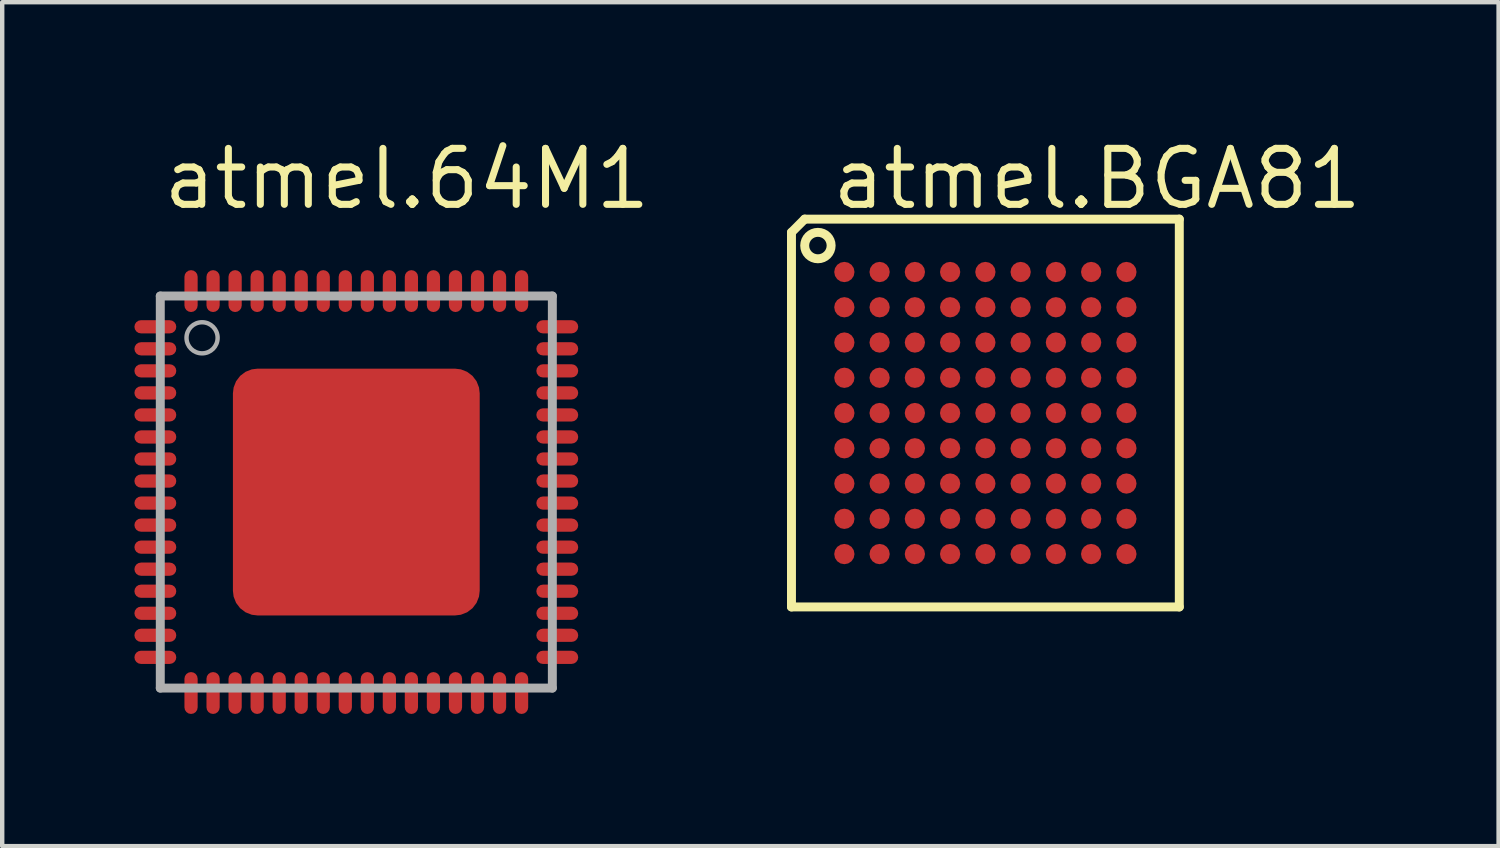
<source format=kicad_pcb>
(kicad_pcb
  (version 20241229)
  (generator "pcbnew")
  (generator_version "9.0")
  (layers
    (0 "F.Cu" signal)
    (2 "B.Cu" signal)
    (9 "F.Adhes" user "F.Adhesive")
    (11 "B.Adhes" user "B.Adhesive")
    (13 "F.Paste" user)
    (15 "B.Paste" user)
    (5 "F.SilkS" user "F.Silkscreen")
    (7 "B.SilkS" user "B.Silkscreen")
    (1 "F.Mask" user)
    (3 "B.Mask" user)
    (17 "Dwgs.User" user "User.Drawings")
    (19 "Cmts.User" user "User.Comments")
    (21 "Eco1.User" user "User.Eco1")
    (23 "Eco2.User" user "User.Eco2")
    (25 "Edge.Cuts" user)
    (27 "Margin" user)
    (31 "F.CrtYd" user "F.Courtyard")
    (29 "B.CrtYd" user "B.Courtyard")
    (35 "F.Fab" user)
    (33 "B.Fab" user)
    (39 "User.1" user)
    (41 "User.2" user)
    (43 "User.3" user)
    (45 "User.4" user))
  (footprint "atmel.64M1"
    (layer "F.Cu")
    (at 5.035 8.115)
    (property "Reference" "atmel.64M1" (at -4.46 -6.365 0) (layer "F.SilkS") (effects (font (size 1.27 1.27) (thickness 0.16)) (justify left bottom)))
    (attr smd)
    (fp_line (start -4.448 -4.448) (end -4.448 4.448) (stroke (width 0.203) (type default)) (layer "F.Fab"))
    (fp_line (start -4.448 4.448) (end 4.448 4.448) (stroke (width 0.203) (type default)) (layer "F.Fab"))
    (fp_line (start 4.448 -4.448) (end -4.448 -4.448) (stroke (width 0.203) (type default)) (layer "F.Fab"))
    (fp_line (start 4.448 4.448) (end 4.448 -4.448) (stroke (width 0.203) (type default)) (layer "F.Fab"))
    (fp_circle (center -3.5 -3.5) (end -3.147 -3.5) (stroke (width 0.1) (type default)) (fill no) (layer "F.Fab"))
    (pad "1" smd roundrect (at -4.56 -3.75) (size 0.95 0.3) (layers "F.Cu" "F.Mask" "F.Paste") (roundrect_rratio 0.5))
    (pad "2" smd roundrect (at -4.56 -3.25) (size 0.95 0.3) (layers "F.Cu" "F.Mask" "F.Paste") (roundrect_rratio 0.5))
    (pad "3" smd roundrect (at -4.56 -2.75) (size 0.95 0.3) (layers "F.Cu" "F.Mask" "F.Paste") (roundrect_rratio 0.5))
    (pad "4" smd roundrect (at -4.56 -2.25) (size 0.95 0.3) (layers "F.Cu" "F.Mask" "F.Paste") (roundrect_rratio 0.5))
    (pad "5" smd roundrect (at -4.56 -1.75) (size 0.95 0.3) (layers "F.Cu" "F.Mask" "F.Paste") (roundrect_rratio 0.5))
    (pad "6" smd roundrect (at -4.56 -1.25) (size 0.95 0.3) (layers "F.Cu" "F.Mask" "F.Paste") (roundrect_rratio 0.5))
    (pad "7" smd roundrect (at -4.56 -0.75) (size 0.95 0.3) (layers "F.Cu" "F.Mask" "F.Paste") (roundrect_rratio 0.5))
    (pad "8" smd roundrect (at -4.56 -0.25) (size 0.95 0.3) (layers "F.Cu" "F.Mask" "F.Paste") (roundrect_rratio 0.5))
    (pad "9" smd roundrect (at -4.56 0.25) (size 0.95 0.3) (layers "F.Cu" "F.Mask" "F.Paste") (roundrect_rratio 0.5))
    (pad "10" smd roundrect (at -4.56 0.75) (size 0.95 0.3) (layers "F.Cu" "F.Mask" "F.Paste") (roundrect_rratio 0.5))
    (pad "11" smd roundrect (at -4.56 1.25) (size 0.95 0.3) (layers "F.Cu" "F.Mask" "F.Paste") (roundrect_rratio 0.5))
    (pad "12" smd roundrect (at -4.56 1.75) (size 0.95 0.3) (layers "F.Cu" "F.Mask" "F.Paste") (roundrect_rratio 0.5))
    (pad "13" smd roundrect (at -4.56 2.25) (size 0.95 0.3) (layers "F.Cu" "F.Mask" "F.Paste") (roundrect_rratio 0.5))
    (pad "14" smd roundrect (at -4.56 2.75) (size 0.95 0.3) (layers "F.Cu" "F.Mask" "F.Paste") (roundrect_rratio 0.5))
    (pad "15" smd roundrect (at -4.56 3.25) (size 0.95 0.3) (layers "F.Cu" "F.Mask" "F.Paste") (roundrect_rratio 0.5))
    (pad "16" smd roundrect (at -4.56 3.75) (size 0.95 0.3) (layers "F.Cu" "F.Mask" "F.Paste") (roundrect_rratio 0.5))
    (pad "17" smd roundrect (at -3.75 4.56) (size 0.3 0.95) (layers "F.Cu" "F.Mask" "F.Paste") (roundrect_rratio 0.5))
    (pad "18" smd roundrect (at -3.25 4.56) (size 0.3 0.95) (layers "F.Cu" "F.Mask" "F.Paste") (roundrect_rratio 0.5))
    (pad "19" smd roundrect (at -2.75 4.56) (size 0.3 0.95) (layers "F.Cu" "F.Mask" "F.Paste") (roundrect_rratio 0.5))
    (pad "20" smd roundrect (at -2.25 4.56) (size 0.3 0.95) (layers "F.Cu" "F.Mask" "F.Paste") (roundrect_rratio 0.5))
    (pad "21" smd roundrect (at -1.75 4.56) (size 0.3 0.95) (layers "F.Cu" "F.Mask" "F.Paste") (roundrect_rratio 0.5))
    (pad "22" smd roundrect (at -1.25 4.56) (size 0.3 0.95) (layers "F.Cu" "F.Mask" "F.Paste") (roundrect_rratio 0.5))
    (pad "23" smd roundrect (at -0.75 4.56) (size 0.3 0.95) (layers "F.Cu" "F.Mask" "F.Paste") (roundrect_rratio 0.5))
    (pad "24" smd roundrect (at -0.25 4.56) (size 0.3 0.95) (layers "F.Cu" "F.Mask" "F.Paste") (roundrect_rratio 0.5))
    (pad "25" smd roundrect (at 0.25 4.56) (size 0.3 0.95) (layers "F.Cu" "F.Mask" "F.Paste") (roundrect_rratio 0.5))
    (pad "26" smd roundrect (at 0.75 4.56) (size 0.3 0.95) (layers "F.Cu" "F.Mask" "F.Paste") (roundrect_rratio 0.5))
    (pad "27" smd roundrect (at 1.25 4.56) (size 0.3 0.95) (layers "F.Cu" "F.Mask" "F.Paste") (roundrect_rratio 0.5))
    (pad "28" smd roundrect (at 1.75 4.56) (size 0.3 0.95) (layers "F.Cu" "F.Mask" "F.Paste") (roundrect_rratio 0.5))
    (pad "29" smd roundrect (at 2.25 4.56) (size 0.3 0.95) (layers "F.Cu" "F.Mask" "F.Paste") (roundrect_rratio 0.5))
    (pad "30" smd roundrect (at 2.75 4.56) (size 0.3 0.95) (layers "F.Cu" "F.Mask" "F.Paste") (roundrect_rratio 0.5))
    (pad "31" smd roundrect (at 3.25 4.56) (size 0.3 0.95) (layers "F.Cu" "F.Mask" "F.Paste") (roundrect_rratio 0.5))
    (pad "32" smd roundrect (at 3.75 4.56) (size 0.3 0.95) (layers "F.Cu" "F.Mask" "F.Paste") (roundrect_rratio 0.5))
    (pad "33" smd roundrect (at 4.56 3.75) (size 0.95 0.3) (layers "F.Cu" "F.Mask" "F.Paste") (roundrect_rratio 0.5))
    (pad "34" smd roundrect (at 4.56 3.25) (size 0.95 0.3) (layers "F.Cu" "F.Mask" "F.Paste") (roundrect_rratio 0.5))
    (pad "35" smd roundrect (at 4.56 2.75) (size 0.95 0.3) (layers "F.Cu" "F.Mask" "F.Paste") (roundrect_rratio 0.5))
    (pad "36" smd roundrect (at 4.56 2.25) (size 0.95 0.3) (layers "F.Cu" "F.Mask" "F.Paste") (roundrect_rratio 0.5))
    (pad "37" smd roundrect (at 4.56 1.75) (size 0.95 0.3) (layers "F.Cu" "F.Mask" "F.Paste") (roundrect_rratio 0.5))
    (pad "38" smd roundrect (at 4.56 1.25) (size 0.95 0.3) (layers "F.Cu" "F.Mask" "F.Paste") (roundrect_rratio 0.5))
    (pad "39" smd roundrect (at 4.56 0.75) (size 0.95 0.3) (layers "F.Cu" "F.Mask" "F.Paste") (roundrect_rratio 0.5))
    (pad "40" smd roundrect (at 4.56 0.25) (size 0.95 0.3) (layers "F.Cu" "F.Mask" "F.Paste") (roundrect_rratio 0.5))
    (pad "41" smd roundrect (at 4.56 -0.25) (size 0.95 0.3) (layers "F.Cu" "F.Mask" "F.Paste") (roundrect_rratio 0.5))
    (pad "42" smd roundrect (at 4.56 -0.75) (size 0.95 0.3) (layers "F.Cu" "F.Mask" "F.Paste") (roundrect_rratio 0.5))
    (pad "43" smd roundrect (at 4.56 -1.25) (size 0.95 0.3) (layers "F.Cu" "F.Mask" "F.Paste") (roundrect_rratio 0.5))
    (pad "44" smd roundrect (at 4.56 -1.75) (size 0.95 0.3) (layers "F.Cu" "F.Mask" "F.Paste") (roundrect_rratio 0.5))
    (pad "45" smd roundrect (at 4.56 -2.25) (size 0.95 0.3) (layers "F.Cu" "F.Mask" "F.Paste") (roundrect_rratio 0.5))
    (pad "46" smd roundrect (at 4.56 -2.75) (size 0.95 0.3) (layers "F.Cu" "F.Mask" "F.Paste") (roundrect_rratio 0.5))
    (pad "47" smd roundrect (at 4.56 -3.25) (size 0.95 0.3) (layers "F.Cu" "F.Mask" "F.Paste") (roundrect_rratio 0.5))
    (pad "48" smd roundrect (at 4.56 -3.75) (size 0.95 0.3) (layers "F.Cu" "F.Mask" "F.Paste") (roundrect_rratio 0.5))
    (pad "49" smd roundrect (at 3.75 -4.56) (size 0.3 0.95) (layers "F.Cu" "F.Mask" "F.Paste") (roundrect_rratio 0.5))
    (pad "50" smd roundrect (at 3.25 -4.56) (size 0.3 0.95) (layers "F.Cu" "F.Mask" "F.Paste") (roundrect_rratio 0.5))
    (pad "51" smd roundrect (at 2.75 -4.56) (size 0.3 0.95) (layers "F.Cu" "F.Mask" "F.Paste") (roundrect_rratio 0.5))
    (pad "52" smd roundrect (at 2.25 -4.56) (size 0.3 0.95) (layers "F.Cu" "F.Mask" "F.Paste") (roundrect_rratio 0.5))
    (pad "53" smd roundrect (at 1.75 -4.56) (size 0.3 0.95) (layers "F.Cu" "F.Mask" "F.Paste") (roundrect_rratio 0.5))
    (pad "54" smd roundrect (at 1.25 -4.56) (size 0.3 0.95) (layers "F.Cu" "F.Mask" "F.Paste") (roundrect_rratio 0.5))
    (pad "55" smd roundrect (at 0.75 -4.56) (size 0.3 0.95) (layers "F.Cu" "F.Mask" "F.Paste") (roundrect_rratio 0.5))
    (pad "56" smd roundrect (at 0.25 -4.56) (size 0.3 0.95) (layers "F.Cu" "F.Mask" "F.Paste") (roundrect_rratio 0.5))
    (pad "57" smd roundrect (at -0.25 -4.56) (size 0.3 0.95) (layers "F.Cu" "F.Mask" "F.Paste") (roundrect_rratio 0.5))
    (pad "58" smd roundrect (at -0.75 -4.56) (size 0.3 0.95) (layers "F.Cu" "F.Mask" "F.Paste") (roundrect_rratio 0.5))
    (pad "59" smd roundrect (at -1.25 -4.56) (size 0.3 0.95) (layers "F.Cu" "F.Mask" "F.Paste") (roundrect_rratio 0.5))
    (pad "60" smd roundrect (at -1.75 -4.56) (size 0.3 0.95) (layers "F.Cu" "F.Mask" "F.Paste") (roundrect_rratio 0.5))
    (pad "61" smd roundrect (at -2.25 -4.56) (size 0.3 0.95) (layers "F.Cu" "F.Mask" "F.Paste") (roundrect_rratio 0.5))
    (pad "62" smd roundrect (at -2.75 -4.56) (size 0.3 0.95) (layers "F.Cu" "F.Mask" "F.Paste") (roundrect_rratio 0.5))
    (pad "63" smd roundrect (at -3.25 -4.56) (size 0.3 0.95) (layers "F.Cu" "F.Mask" "F.Paste") (roundrect_rratio 0.5))
    (pad "64" smd roundrect (at -3.75 -4.56) (size 0.3 0.95) (layers "F.Cu" "F.Mask" "F.Paste") (roundrect_rratio 0.5))
    (pad "EXP" smd roundrect (at 0 0) (size 5.6 5.6) (layers "F.Cu" "F.Mask" "F.Paste") (roundrect_rratio 0.1)))
  (footprint "atmel.BGA81"
    (layer "F.Cu")
    (at 19.309 6.322)
    (property "Reference" "atmel.BGA81" (at -3.556 -4.572 0) (layer "F.SilkS") (effects (font (size 1.27 1.27) (thickness 0.16)) (justify left bottom)))
    (attr smd)
    (fp_line (start -4.4 -4.1) (end -4.1 -4.4) (stroke (width 0.203) (type default)) (layer "F.SilkS"))
    (fp_line (start -4.4 4.4) (end -4.4 -4.1) (stroke (width 0.203) (type default)) (layer "F.SilkS"))
    (fp_line (start -4.1 -4.4) (end 4.4 -4.4) (stroke (width 0.203) (type default)) (layer "F.SilkS"))
    (fp_line (start 4.4 -4.4) (end 4.4 4.4) (stroke (width 0.203) (type default)) (layer "F.SilkS"))
    (fp_line (start 4.4 4.4) (end -4.4 4.4) (stroke (width 0.203) (type default)) (layer "F.SilkS"))
    (fp_circle (center -3.8 -3.8) (end -3.5 -3.8) (stroke (width 0.203) (type default)) (fill no) (layer "F.SilkS"))
    (pad "A1" smd roundrect (at -3.2 -3.2) (size 0.46 0.46) (layers "F.Cu" "F.Mask" "F.Paste") (roundrect_rratio 0.5))
    (pad "A2" smd roundrect (at -2.4 -3.2) (size 0.46 0.46) (layers "F.Cu" "F.Mask" "F.Paste") (roundrect_rratio 0.5))
    (pad "A3" smd roundrect (at -1.6 -3.2) (size 0.46 0.46) (layers "F.Cu" "F.Mask" "F.Paste") (roundrect_rratio 0.5))
    (pad "A4" smd roundrect (at -0.8 -3.2) (size 0.46 0.46) (layers "F.Cu" "F.Mask" "F.Paste") (roundrect_rratio 0.5))
    (pad "A5" smd roundrect (at 0 -3.2) (size 0.46 0.46) (layers "F.Cu" "F.Mask" "F.Paste") (roundrect_rratio 0.5))
    (pad "A6" smd roundrect (at 0.8 -3.2) (size 0.46 0.46) (layers "F.Cu" "F.Mask" "F.Paste") (roundrect_rratio 0.5))
    (pad "A7" smd roundrect (at 1.6 -3.2) (size 0.46 0.46) (layers "F.Cu" "F.Mask" "F.Paste") (roundrect_rratio 0.5))
    (pad "A8" smd roundrect (at 2.4 -3.2) (size 0.46 0.46) (layers "F.Cu" "F.Mask" "F.Paste") (roundrect_rratio 0.5))
    (pad "A9" smd roundrect (at 3.2 -3.2) (size 0.46 0.46) (layers "F.Cu" "F.Mask" "F.Paste") (roundrect_rratio 0.5))
    (pad "B1" smd roundrect (at -3.2 -2.4) (size 0.46 0.46) (layers "F.Cu" "F.Mask" "F.Paste") (roundrect_rratio 0.5))
    (pad "B2" smd roundrect (at -2.4 -2.4) (size 0.46 0.46) (layers "F.Cu" "F.Mask" "F.Paste") (roundrect_rratio 0.5))
    (pad "B3" smd roundrect (at -1.6 -2.4) (size 0.46 0.46) (layers "F.Cu" "F.Mask" "F.Paste") (roundrect_rratio 0.5))
    (pad "B4" smd roundrect (at -0.8 -2.4) (size 0.46 0.46) (layers "F.Cu" "F.Mask" "F.Paste") (roundrect_rratio 0.5))
    (pad "B5" smd roundrect (at 0 -2.4) (size 0.46 0.46) (layers "F.Cu" "F.Mask" "F.Paste") (roundrect_rratio 0.5))
    (pad "B6" smd roundrect (at 0.8 -2.4) (size 0.46 0.46) (layers "F.Cu" "F.Mask" "F.Paste") (roundrect_rratio 0.5))
    (pad "B7" smd roundrect (at 1.6 -2.4) (size 0.46 0.46) (layers "F.Cu" "F.Mask" "F.Paste") (roundrect_rratio 0.5))
    (pad "B8" smd roundrect (at 2.4 -2.4) (size 0.46 0.46) (layers "F.Cu" "F.Mask" "F.Paste") (roundrect_rratio 0.5))
    (pad "B9" smd roundrect (at 3.2 -2.4) (size 0.46 0.46) (layers "F.Cu" "F.Mask" "F.Paste") (roundrect_rratio 0.5))
    (pad "C1" smd roundrect (at -3.2 -1.6) (size 0.46 0.46) (layers "F.Cu" "F.Mask" "F.Paste") (roundrect_rratio 0.5))
    (pad "C2" smd roundrect (at -2.4 -1.6) (size 0.46 0.46) (layers "F.Cu" "F.Mask" "F.Paste") (roundrect_rratio 0.5))
    (pad "C3" smd roundrect (at -1.6 -1.6) (size 0.46 0.46) (layers "F.Cu" "F.Mask" "F.Paste") (roundrect_rratio 0.5))
    (pad "C4" smd roundrect (at -0.8 -1.6) (size 0.46 0.46) (layers "F.Cu" "F.Mask" "F.Paste") (roundrect_rratio 0.5))
    (pad "C5" smd roundrect (at 0 -1.6) (size 0.46 0.46) (layers "F.Cu" "F.Mask" "F.Paste") (roundrect_rratio 0.5))
    (pad "C6" smd roundrect (at 0.8 -1.6) (size 0.46 0.46) (layers "F.Cu" "F.Mask" "F.Paste") (roundrect_rratio 0.5))
    (pad "C7" smd roundrect (at 1.6 -1.6) (size 0.46 0.46) (layers "F.Cu" "F.Mask" "F.Paste") (roundrect_rratio 0.5))
    (pad "C8" smd roundrect (at 2.4 -1.6) (size 0.46 0.46) (layers "F.Cu" "F.Mask" "F.Paste") (roundrect_rratio 0.5))
    (pad "C9" smd roundrect (at 3.2 -1.6) (size 0.46 0.46) (layers "F.Cu" "F.Mask" "F.Paste") (roundrect_rratio 0.5))
    (pad "D1" smd roundrect (at -3.2 -0.8) (size 0.46 0.46) (layers "F.Cu" "F.Mask" "F.Paste") (roundrect_rratio 0.5))
    (pad "D2" smd roundrect (at -2.4 -0.8) (size 0.46 0.46) (layers "F.Cu" "F.Mask" "F.Paste") (roundrect_rratio 0.5))
    (pad "D3" smd roundrect (at -1.6 -0.8) (size 0.46 0.46) (layers "F.Cu" "F.Mask" "F.Paste") (roundrect_rratio 0.5))
    (pad "D4" smd roundrect (at -0.8 -0.8) (size 0.46 0.46) (layers "F.Cu" "F.Mask" "F.Paste") (roundrect_rratio 0.5))
    (pad "D5" smd roundrect (at 0 -0.8) (size 0.46 0.46) (layers "F.Cu" "F.Mask" "F.Paste") (roundrect_rratio 0.5))
    (pad "D6" smd roundrect (at 0.8 -0.8) (size 0.46 0.46) (layers "F.Cu" "F.Mask" "F.Paste") (roundrect_rratio 0.5))
    (pad "D7" smd roundrect (at 1.6 -0.8) (size 0.46 0.46) (layers "F.Cu" "F.Mask" "F.Paste") (roundrect_rratio 0.5))
    (pad "D8" smd roundrect (at 2.4 -0.8) (size 0.46 0.46) (layers "F.Cu" "F.Mask" "F.Paste") (roundrect_rratio 0.5))
    (pad "D9" smd roundrect (at 3.2 -0.8) (size 0.46 0.46) (layers "F.Cu" "F.Mask" "F.Paste") (roundrect_rratio 0.5))
    (pad "E1" smd roundrect (at -3.2 0) (size 0.46 0.46) (layers "F.Cu" "F.Mask" "F.Paste") (roundrect_rratio 0.5))
    (pad "E2" smd roundrect (at -2.4 0) (size 0.46 0.46) (layers "F.Cu" "F.Mask" "F.Paste") (roundrect_rratio 0.5))
    (pad "E3" smd roundrect (at -1.6 0) (size 0.46 0.46) (layers "F.Cu" "F.Mask" "F.Paste") (roundrect_rratio 0.5))
    (pad "E4" smd roundrect (at -0.8 0) (size 0.46 0.46) (layers "F.Cu" "F.Mask" "F.Paste") (roundrect_rratio 0.5))
    (pad "E5" smd roundrect (at 0 0) (size 0.46 0.46) (layers "F.Cu" "F.Mask" "F.Paste") (roundrect_rratio 0.5))
    (pad "E6" smd roundrect (at 0.8 0) (size 0.46 0.46) (layers "F.Cu" "F.Mask" "F.Paste") (roundrect_rratio 0.5))
    (pad "E7" smd roundrect (at 1.6 0) (size 0.46 0.46) (layers "F.Cu" "F.Mask" "F.Paste") (roundrect_rratio 0.5))
    (pad "E8" smd roundrect (at 2.4 0) (size 0.46 0.46) (layers "F.Cu" "F.Mask" "F.Paste") (roundrect_rratio 0.5))
    (pad "E9" smd roundrect (at 3.2 0) (size 0.46 0.46) (layers "F.Cu" "F.Mask" "F.Paste") (roundrect_rratio 0.5))
    (pad "F1" smd roundrect (at -3.2 0.8) (size 0.46 0.46) (layers "F.Cu" "F.Mask" "F.Paste") (roundrect_rratio 0.5))
    (pad "F2" smd roundrect (at -2.4 0.8) (size 0.46 0.46) (layers "F.Cu" "F.Mask" "F.Paste") (roundrect_rratio 0.5))
    (pad "F3" smd roundrect (at -1.6 0.8) (size 0.46 0.46) (layers "F.Cu" "F.Mask" "F.Paste") (roundrect_rratio 0.5))
    (pad "F4" smd roundrect (at -0.8 0.8) (size 0.46 0.46) (layers "F.Cu" "F.Mask" "F.Paste") (roundrect_rratio 0.5))
    (pad "F5" smd roundrect (at 0 0.8) (size 0.46 0.46) (layers "F.Cu" "F.Mask" "F.Paste") (roundrect_rratio 0.5))
    (pad "F6" smd roundrect (at 0.8 0.8) (size 0.46 0.46) (layers "F.Cu" "F.Mask" "F.Paste") (roundrect_rratio 0.5))
    (pad "F7" smd roundrect (at 1.6 0.8) (size 0.46 0.46) (layers "F.Cu" "F.Mask" "F.Paste") (roundrect_rratio 0.5))
    (pad "F8" smd roundrect (at 2.4 0.8) (size 0.46 0.46) (layers "F.Cu" "F.Mask" "F.Paste") (roundrect_rratio 0.5))
    (pad "F9" smd roundrect (at 3.2 0.8) (size 0.46 0.46) (layers "F.Cu" "F.Mask" "F.Paste") (roundrect_rratio 0.5))
    (pad "G1" smd roundrect (at -3.2 1.6) (size 0.46 0.46) (layers "F.Cu" "F.Mask" "F.Paste") (roundrect_rratio 0.5))
    (pad "G2" smd roundrect (at -2.4 1.6) (size 0.46 0.46) (layers "F.Cu" "F.Mask" "F.Paste") (roundrect_rratio 0.5))
    (pad "G3" smd roundrect (at -1.6 1.6) (size 0.46 0.46) (layers "F.Cu" "F.Mask" "F.Paste") (roundrect_rratio 0.5))
    (pad "G4" smd roundrect (at -0.8 1.6) (size 0.46 0.46) (layers "F.Cu" "F.Mask" "F.Paste") (roundrect_rratio 0.5))
    (pad "G5" smd roundrect (at 0 1.6) (size 0.46 0.46) (layers "F.Cu" "F.Mask" "F.Paste") (roundrect_rratio 0.5))
    (pad "G6" smd roundrect (at 0.8 1.6) (size 0.46 0.46) (layers "F.Cu" "F.Mask" "F.Paste") (roundrect_rratio 0.5))
    (pad "G7" smd roundrect (at 1.6 1.6) (size 0.46 0.46) (layers "F.Cu" "F.Mask" "F.Paste") (roundrect_rratio 0.5))
    (pad "G8" smd roundrect (at 2.4 1.6) (size 0.46 0.46) (layers "F.Cu" "F.Mask" "F.Paste") (roundrect_rratio 0.5))
    (pad "G9" smd roundrect (at 3.2 1.6) (size 0.46 0.46) (layers "F.Cu" "F.Mask" "F.Paste") (roundrect_rratio 0.5))
    (pad "H1" smd roundrect (at -3.2 2.4) (size 0.46 0.46) (layers "F.Cu" "F.Mask" "F.Paste") (roundrect_rratio 0.5))
    (pad "H2" smd roundrect (at -2.4 2.4) (size 0.46 0.46) (layers "F.Cu" "F.Mask" "F.Paste") (roundrect_rratio 0.5))
    (pad "H3" smd roundrect (at -1.6 2.4) (size 0.46 0.46) (layers "F.Cu" "F.Mask" "F.Paste") (roundrect_rratio 0.5))
    (pad "H4" smd roundrect (at -0.8 2.4) (size 0.46 0.46) (layers "F.Cu" "F.Mask" "F.Paste") (roundrect_rratio 0.5))
    (pad "H5" smd roundrect (at 0 2.4) (size 0.46 0.46) (layers "F.Cu" "F.Mask" "F.Paste") (roundrect_rratio 0.5))
    (pad "H6" smd roundrect (at 0.8 2.4) (size 0.46 0.46) (layers "F.Cu" "F.Mask" "F.Paste") (roundrect_rratio 0.5))
    (pad "H7" smd roundrect (at 1.6 2.4) (size 0.46 0.46) (layers "F.Cu" "F.Mask" "F.Paste") (roundrect_rratio 0.5))
    (pad "H8" smd roundrect (at 2.4 2.4) (size 0.46 0.46) (layers "F.Cu" "F.Mask" "F.Paste") (roundrect_rratio 0.5))
    (pad "H9" smd roundrect (at 3.2 2.4) (size 0.46 0.46) (layers "F.Cu" "F.Mask" "F.Paste") (roundrect_rratio 0.5))
    (pad "J1" smd roundrect (at -3.2 3.2) (size 0.46 0.46) (layers "F.Cu" "F.Mask" "F.Paste") (roundrect_rratio 0.5))
    (pad "J2" smd roundrect (at -2.4 3.2) (size 0.46 0.46) (layers "F.Cu" "F.Mask" "F.Paste") (roundrect_rratio 0.5))
    (pad "J3" smd roundrect (at -1.6 3.2) (size 0.46 0.46) (layers "F.Cu" "F.Mask" "F.Paste") (roundrect_rratio 0.5))
    (pad "J4" smd roundrect (at -0.8 3.2) (size 0.46 0.46) (layers "F.Cu" "F.Mask" "F.Paste") (roundrect_rratio 0.5))
    (pad "J5" smd roundrect (at 0 3.2) (size 0.46 0.46) (layers "F.Cu" "F.Mask" "F.Paste") (roundrect_rratio 0.5))
    (pad "J6" smd roundrect (at 0.8 3.2) (size 0.46 0.46) (layers "F.Cu" "F.Mask" "F.Paste") (roundrect_rratio 0.5))
    (pad "J7" smd roundrect (at 1.6 3.2) (size 0.46 0.46) (layers "F.Cu" "F.Mask" "F.Paste") (roundrect_rratio 0.5))
    (pad "J8" smd roundrect (at 2.4 3.2) (size 0.46 0.46) (layers "F.Cu" "F.Mask" "F.Paste") (roundrect_rratio 0.5))
    (pad "J9" smd roundrect (at 3.2 3.2) (size 0.46 0.46) (layers "F.Cu" "F.Mask" "F.Paste") (roundrect_rratio 0.5)))
  (gr_rect
    (start -3 -3)
    (end 30.954 16.15)
    (stroke (width 0.1) (type default))
    (fill no)
    (layer "Edge.Cuts")))
</source>
